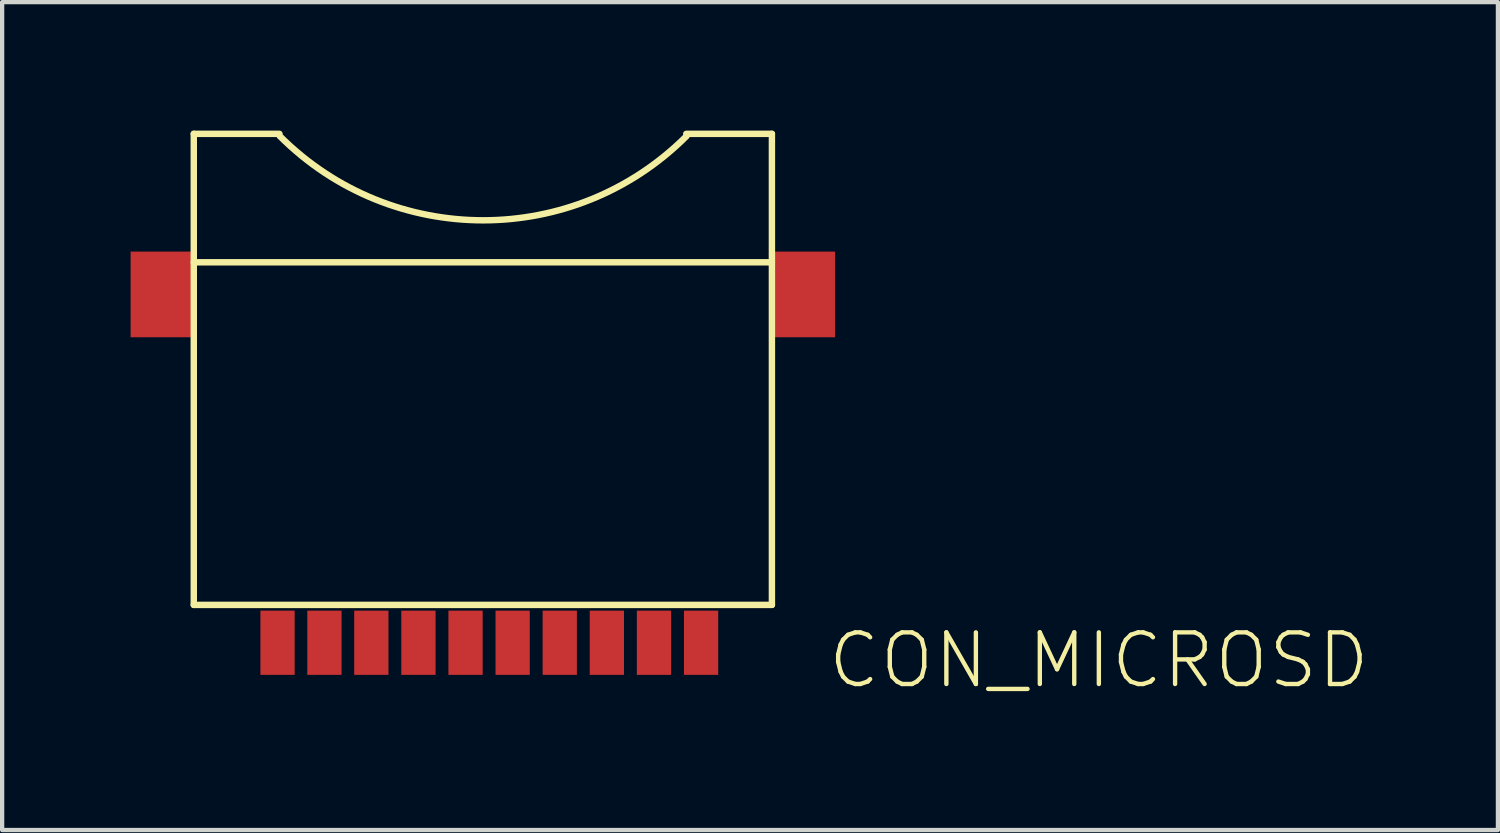
<source format=kicad_pcb>
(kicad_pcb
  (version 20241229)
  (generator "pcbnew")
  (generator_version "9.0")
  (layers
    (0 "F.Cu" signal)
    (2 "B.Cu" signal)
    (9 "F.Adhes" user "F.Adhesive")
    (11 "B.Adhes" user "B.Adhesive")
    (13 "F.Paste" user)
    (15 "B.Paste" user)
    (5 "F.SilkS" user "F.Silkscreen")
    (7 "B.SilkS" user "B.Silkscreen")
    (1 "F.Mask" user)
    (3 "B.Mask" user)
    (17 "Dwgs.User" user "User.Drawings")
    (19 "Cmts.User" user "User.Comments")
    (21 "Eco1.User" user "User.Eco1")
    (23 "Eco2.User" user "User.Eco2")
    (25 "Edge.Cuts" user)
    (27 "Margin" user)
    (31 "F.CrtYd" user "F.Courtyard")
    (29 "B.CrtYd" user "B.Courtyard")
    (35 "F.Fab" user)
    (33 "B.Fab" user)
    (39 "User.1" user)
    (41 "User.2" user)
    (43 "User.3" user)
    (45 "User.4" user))
  (footprint "CON_MICROSD"
    (placed yes)
    (layer "F.Cu")
    (at 1.475 12.575)
    (property "Reference" "CON_MICROSD" (at 14.75 0.5 0) (layer "F.SilkS") (effects (font (size 1.206 1.206) (thickness 0.102)) (justify left bottom)))
    (attr through_hole)
    (fp_line (start 0 -12.5) (end 2 -12.5) (stroke (width 0.15) (type solid)) (layer "F.SilkS"))
    (fp_line (start 0 -9.5) (end 13.5 -9.5) (stroke (width 0.15) (type solid)) (layer "F.SilkS"))
    (fp_line (start 0 -1.5) (end 0 -12.5) (stroke (width 0.15) (type solid)) (layer "F.SilkS"))
    (fp_line (start 0 -1.5) (end 13.5 -1.5) (stroke (width 0.15) (type solid)) (layer "F.SilkS"))
    (fp_line (start 13.5 -12.5) (end 11.5 -12.5) (stroke (width 0.15) (type solid)) (layer "F.SilkS"))
    (fp_line (start 13.5 -1.5) (end 13.5 -12.5) (stroke (width 0.15) (type solid)) (layer "F.SilkS"))
    (fp_arc (start 11.50718 -12.44788) (mid 6.75718 -10.480366) (end 2.00718 -12.44788) (stroke (width 0.15) (type solid)) (layer "F.SilkS"))
    (pad "1" smd rect (at 4.146 -0.616 90) (size 1.5 0.8) (layers "F.Cu" "F.Mask" "F.Paste"))
    (pad "2" smd rect (at 5.246 -0.616 90) (size 1.5 0.8) (layers "F.Cu" "F.Mask" "F.Paste"))
    (pad "3" smd rect (at 6.346 -0.616 90) (size 1.5 0.8) (layers "F.Cu" "F.Mask" "F.Paste"))
    (pad "4" smd rect (at 7.446 -0.616 90) (size 1.5 0.8) (layers "F.Cu" "F.Mask" "F.Paste"))
    (pad "5" smd rect (at 8.546 -0.616 90) (size 1.5 0.8) (layers "F.Cu" "F.Mask" "F.Paste"))
    (pad "6" smd rect (at 9.646 -0.616 90) (size 1.5 0.8) (layers "F.Cu" "F.Mask" "F.Paste"))
    (pad "7" smd rect (at 10.746 -0.616 90) (size 1.5 0.8) (layers "F.Cu" "F.Mask" "F.Paste"))
    (pad "8" smd rect (at 11.846 -0.616 90) (size 1.5 0.8) (layers "F.Cu" "F.Mask" "F.Paste"))
    (pad "9" smd rect (at 3.051 -0.616 90) (size 1.5 0.8) (layers "F.Cu" "F.Mask" "F.Paste"))
    (pad "10" smd rect (at 1.956 -0.616 90) (size 1.5 0.8) (layers "F.Cu" "F.Mask" "F.Paste"))
    (pad "BODY" smd rect (at -0.75 -8.75 90) (size 2 1.45) (layers "F.Cu" "F.Mask" "F.Paste"))
    (pad "BODY" smd rect (at 14.25 -8.75 90) (size 2 1.45) (layers "F.Cu" "F.Mask" "F.Paste")))
  (gr_rect
    (start -3 -3)
    (end 31.928 16.332)
    (stroke (width 0.1) (type default))
    (fill no)
    (layer "Edge.Cuts")))
</source>
